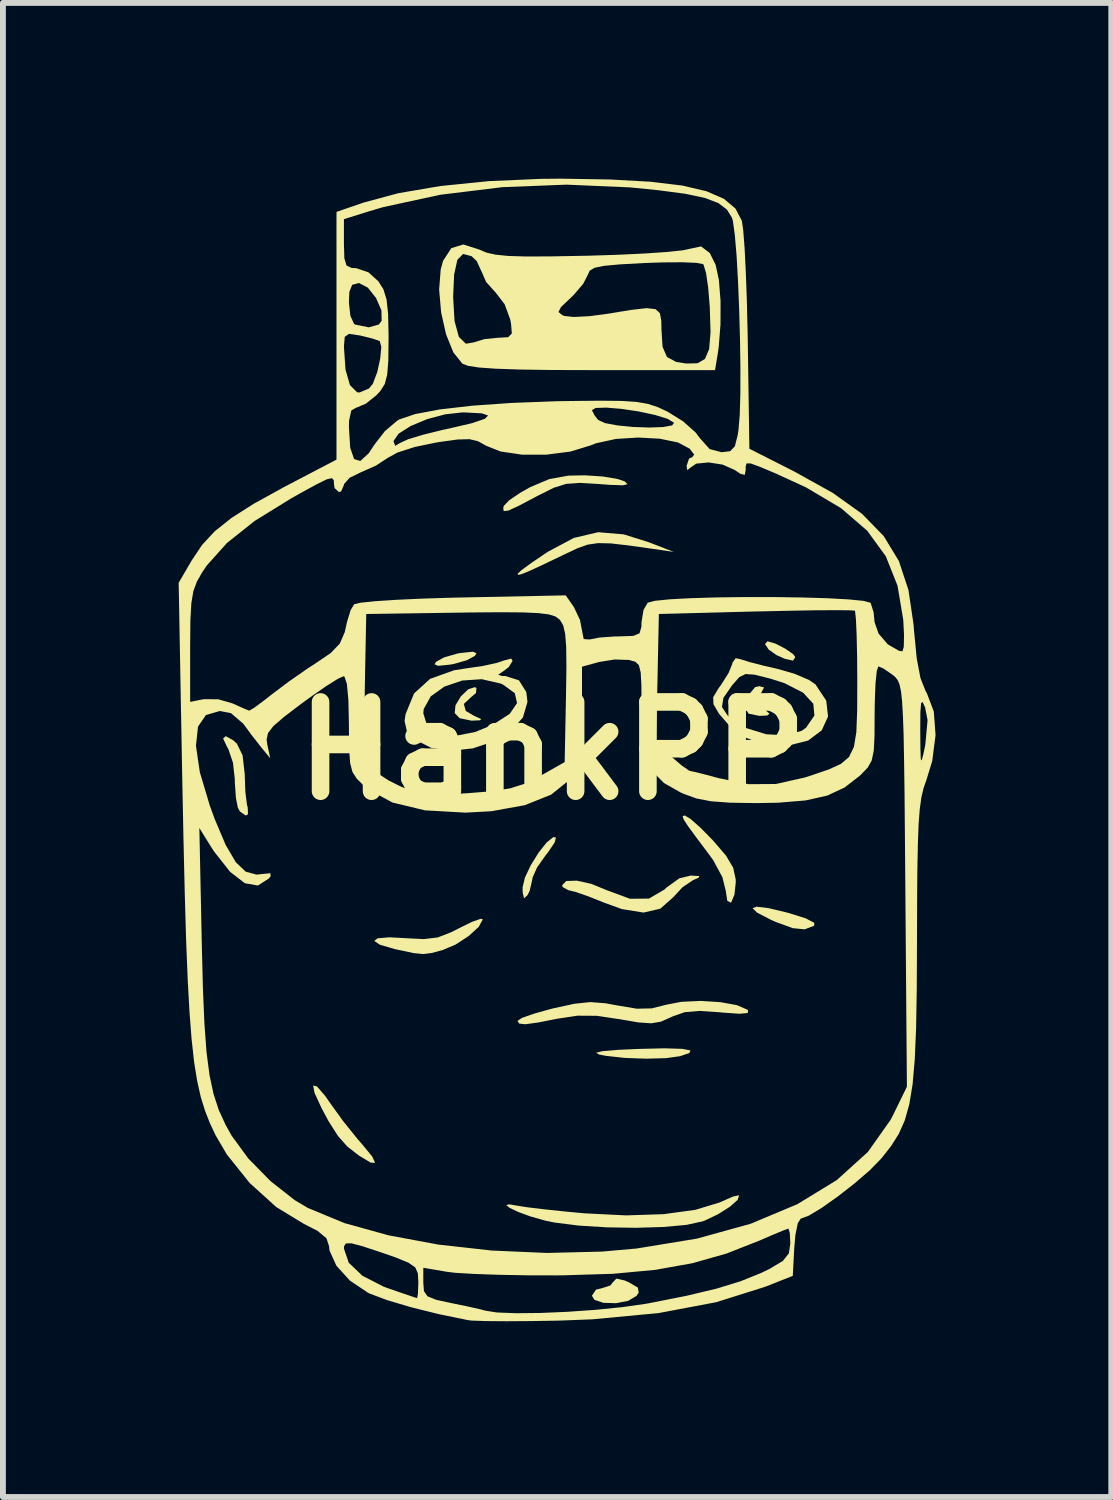
<source format=kicad_pcb>
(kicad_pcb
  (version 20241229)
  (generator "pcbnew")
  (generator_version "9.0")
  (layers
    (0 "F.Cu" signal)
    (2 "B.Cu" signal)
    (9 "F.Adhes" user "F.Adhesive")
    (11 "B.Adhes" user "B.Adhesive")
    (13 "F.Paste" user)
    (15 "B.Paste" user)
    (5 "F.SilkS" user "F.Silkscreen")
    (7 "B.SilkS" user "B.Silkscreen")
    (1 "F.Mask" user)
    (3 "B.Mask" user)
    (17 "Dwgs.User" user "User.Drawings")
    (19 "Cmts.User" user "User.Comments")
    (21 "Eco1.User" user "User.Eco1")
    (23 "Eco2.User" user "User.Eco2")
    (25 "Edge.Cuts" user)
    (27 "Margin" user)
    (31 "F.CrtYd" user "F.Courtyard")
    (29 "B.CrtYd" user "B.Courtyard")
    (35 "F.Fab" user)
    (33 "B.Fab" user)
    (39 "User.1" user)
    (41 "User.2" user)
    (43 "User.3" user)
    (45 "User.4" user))
  (footprint "HankPP"
    (layer "F.Cu")
    (at 6.377 9.767)
    (property "Reference" "HankPP" (at 0 0 0) (layer "F.SilkS") (effects (font (size 1.524 1.524) (thickness 0.3))))
    (attr board_only exclude_from_pos_files exclude_from_bom)
    (fp_poly (pts (xy 3.809 -1.831) (xy 3.978 -1.744) (xy 4.113 -1.65) (xy 4.149 -1.6) (xy 4.109 -1.54) (xy 3.972 -1.57) (xy 3.831 -1.633) (xy 3.696 -1.727) (xy 3.632 -1.822) (xy 3.672 -1.869) (xy 3.679 -1.869)) (stroke (width 0) (type solid)) (fill yes) (layer "F.SilkS"))
    (fp_poly (pts (xy -1.293 -1.666) (xy -1.32 -1.622) (xy -1.459 -1.546) (xy -1.686 -1.482) (xy -1.743 -1.472) (xy -1.948 -1.451) (xy -2.009 -1.477) (xy -1.982 -1.521) (xy -1.843 -1.597) (xy -1.616 -1.661) (xy -1.559 -1.671) (xy -1.354 -1.692)) (stroke (width 0) (type solid)) (fill yes) (layer "F.SilkS"))
    (fp_poly (pts (xy 3.696 2.686) (xy 4.022 2.764) (xy 4.328 2.86) (xy 4.474 2.937) (xy 4.47 2.986) (xy 4.309 3.047) (xy 4.106 3.027) (xy 3.817 2.922) (xy 3.734 2.885) (xy 3.498 2.763) (xy 3.419 2.687) (xy 3.487 2.66)) (stroke (width 0) (type solid)) (fill yes) (layer "F.SilkS"))
    (fp_poly (pts (xy 2.216 5.087) (xy 2.359 5.114) (xy 2.341 5.158) (xy 2.18 5.213) (xy 1.941 5.246) (xy 1.604 5.255) (xy 1.24 5.242) (xy 0.919 5.207) (xy 0.804 5.185) (xy 0.748 5.154) (xy 0.855 5.127) (xy 1.126 5.104) (xy 1.461 5.089) (xy 1.915 5.078)) (stroke (width 0) (type solid)) (fill yes) (layer "F.SilkS"))
    (fp_poly (pts (xy 3.616 -1.082) (xy 3.566 -0.989) (xy 3.554 -0.974) (xy 3.496 -0.856) (xy 3.574 -0.748) (xy 3.607 -0.722) (xy 3.708 -0.635) (xy 3.67 -0.603) (xy 3.535 -0.597) (xy 3.352 -0.634) (xy 3.302 -0.715) (xy 3.347 -0.949) (xy 3.463 -1.087) (xy 3.533 -1.104)) (stroke (width 0) (type solid)) (fill yes) (layer "F.SilkS"))
    (fp_poly (pts (xy -1.294 -1.072) (xy -1.302 -0.986) (xy -1.377 -0.924) (xy -1.51 -0.8) (xy -1.475 -0.68) (xy -1.333 -0.597) (xy -1.211 -0.542) (xy -1.238 -0.521) (xy -1.378 -0.515) (xy -1.581 -0.557) (xy -1.665 -0.644) (xy -1.652 -0.777) (xy -1.56 -0.93) (xy -1.434 -1.051) (xy -1.321 -1.087)) (stroke (width 0) (type solid)) (fill yes) (layer "F.SilkS"))
    (fp_poly (pts (xy 1.233 9.04) (xy 1.307 9.072) (xy 1.461 9.162) (xy 1.476 9.248) (xy 1.438 9.304) (xy 1.295 9.389) (xy 1.088 9.429) (xy 0.876 9.423) (xy 0.721 9.372) (xy 0.677 9.302) (xy 0.747 9.197) (xy 0.84 9.175) (xy 0.991 9.127) (xy 1.037 9.069) (xy 1.096 9.009)) (stroke (width 0) (type solid)) (fill yes) (layer "F.SilkS"))
    (fp_poly (pts (xy -4.017 5.729) (xy -3.878 5.888) (xy -3.775 6.036) (xy -3.573 6.316) (xy -3.334 6.614) (xy -3.246 6.715) (xy -3.072 6.927) (xy -3.024 7.033) (xy -3.098 7.03) (xy -3.295 6.912) (xy -3.304 6.906) (xy -3.5 6.753) (xy -3.658 6.574) (xy -3.819 6.321) (xy -3.94 6.095) (xy -4.059 5.836) (xy -4.081 5.713)) (stroke (width 0) (type solid)) (fill yes) (layer "F.SilkS"))
    (fp_poly (pts (xy 0.063 1.479) (xy 0.041 1.564) (xy -0.066 1.724) (xy -0.116 1.787) (xy -0.259 1.99) (xy -0.336 2.163) (xy -0.34 2.194) (xy -0.386 2.391) (xy -0.423 2.464) (xy -0.481 2.517) (xy -0.504 2.424) (xy -0.507 2.334) (xy -0.467 2.165) (xy -0.366 1.952) (xy -0.232 1.736) (xy -0.094 1.562) (xy 0.018 1.473)) (stroke (width 0) (type solid)) (fill yes) (layer "F.SilkS"))
    (fp_poly (pts (xy -5.446 -0.18) (xy -5.382 -0.121) (xy -5.286 0.077) (xy -5.249 0.401) (xy -5.249 0.424) (xy -5.239 0.696) (xy -5.213 0.911) (xy -5.198 0.97) (xy -5.194 1.083) (xy -5.231 1.104) (xy -5.331 1.036) (xy -5.367 0.97) (xy -5.4 0.802) (xy -5.418 0.552) (xy -5.419 0.479) (xy -5.45 0.204) (xy -5.528 -0.028) (xy -5.55 -0.066) (xy -5.618 -0.21) (xy -5.574 -0.251)) (stroke (width 0) (type solid)) (fill yes) (layer "F.SilkS"))
    (fp_poly (pts (xy -1.185 2.876) (xy -1.255 3.005) (xy -1.428 3.163) (xy -1.654 3.309) (xy -1.87 3.4) (xy -2.058 3.451) (xy -2.203 3.469) (xy -2.368 3.452) (xy -2.619 3.399) (xy -2.688 3.384) (xy -2.943 3.31) (xy -3.038 3.245) (xy -2.98 3.2) (xy -2.777 3.183) (xy -2.519 3.197) (xy -2.193 3.214) (xy -1.954 3.185) (xy -1.722 3.095) (xy -1.587 3.026) (xy -1.367 2.918) (xy -1.221 2.867)) (stroke (width 0) (type solid)) (fill yes) (layer "F.SilkS"))
    (fp_poly (pts (xy 2.36 1.162) (xy 2.532 1.314) (xy 2.74 1.525) (xy 2.967 1.79) (xy 3.089 1.996) (xy 3.131 2.192) (xy 3.133 2.243) (xy 3.11 2.455) (xy 3.056 2.584) (xy 3.048 2.591) (xy 2.987 2.559) (xy 2.963 2.396) (xy 2.905 2.158) (xy 2.75 1.871) (xy 2.688 1.784) (xy 2.457 1.476) (xy 2.313 1.279) (xy 2.241 1.167) (xy 2.226 1.117) (xy 2.253 1.105) (xy 2.264 1.104)) (stroke (width 0) (type solid)) (fill yes) (layer "F.SilkS"))
    (fp_poly (pts (xy 1.221 -3.695) (xy 1.651 -3.56) (xy 2.074 -3.396) (xy 1.736 -3.445) (xy 1.304 -3.506) (xy 1 -3.541) (xy 0.781 -3.546) (xy 0.606 -3.52) (xy 0.435 -3.46) (xy 0.227 -3.362) (xy 0.199 -3.349) (xy -0.158 -3.178) (xy -0.389 -3.071) (xy -0.521 -3.017) (xy -0.58 -3.004) (xy -0.593 -3.02) (xy -0.527 -3.083) (xy -0.353 -3.21) (xy -0.108 -3.376) (xy -0.072 -3.4) (xy 0.37 -3.635) (xy 0.784 -3.732)) (stroke (width 0) (type solid)) (fill yes) (layer "F.SilkS"))
    (fp_poly (pts (xy 0.864 -4.683) (xy 1.118 -4.64) (xy 1.239 -4.598) (xy 1.285 -4.552) (xy 1.208 -4.533) (xy 0.99 -4.54) (xy 0.804 -4.554) (xy 0.474 -4.574) (xy 0.238 -4.557) (xy 0.024 -4.49) (xy -0.242 -4.357) (xy -0.274 -4.34) (xy -0.571 -4.183) (xy -0.748 -4.102) (xy -0.828 -4.092) (xy -0.837 -4.145) (xy -0.826 -4.182) (xy -0.736 -4.277) (xy -0.542 -4.408) (xy -0.377 -4.501) (xy -0.05 -4.639) (xy 0.277 -4.698) (xy 0.559 -4.703)) (stroke (width 0) (type solid)) (fill yes) (layer "F.SilkS"))
    (fp_poly (pts (xy 2.51 2.138) (xy 2.497 2.167) (xy 2.404 2.207) (xy 2.225 2.327) (xy 2.066 2.498) (xy 1.846 2.694) (xy 1.559 2.761) (xy 1.188 2.701) (xy 0.889 2.593) (xy 0.61 2.482) (xy 0.386 2.405) (xy 0.275 2.379) (xy 0.177 2.325) (xy 0.169 2.294) (xy 0.239 2.222) (xy 0.419 2.216) (xy 0.665 2.27) (xy 0.931 2.379) (xy 1.326 2.525) (xy 1.651 2.522) (xy 1.916 2.367) (xy 1.947 2.336) (xy 2.168 2.177) (xy 2.364 2.129)) (stroke (width 0) (type solid)) (fill yes) (layer "F.SilkS"))
    (fp_poly (pts (xy 3.189 7.589) (xy 3.165 7.665) (xy 3.031 7.783) (xy 2.829 7.911) (xy 2.603 8.019) (xy 2.567 8.032) (xy 2.292 8.092) (xy 1.897 8.128) (xy 1.427 8.142) (xy 0.93 8.134) (xy 0.452 8.104) (xy 0.039 8.052) (xy -0.125 8.018) (xy -0.369 7.949) (xy -0.577 7.873) (xy -0.725 7.803) (xy -0.786 7.755) (xy -0.735 7.741) (xy -0.593 7.765) (xy -0.423 7.792) (xy -0.13 7.827) (xy 0.242 7.866) (xy 0.555 7.895) (xy 1.262 7.93) (xy 1.901 7.909) (xy 2.443 7.835) (xy 2.856 7.71) (xy 2.909 7.686) (xy 3.087 7.608) (xy 3.186 7.587)) (stroke (width 0) (type solid)) (fill yes) (layer "F.SilkS"))
    (fp_poly (pts (xy 2.869 4.29) (xy 3.153 4.341) (xy 3.332 4.419) (xy 3.343 4.43) (xy 3.337 4.476) (xy 3.193 4.488) (xy 2.896 4.467) (xy 2.865 4.463) (xy 2.512 4.44) (xy 2.262 4.461) (xy 2.056 4.533) (xy 2.023 4.549) (xy 1.855 4.623) (xy 1.69 4.651) (xy 1.471 4.636) (xy 1.161 4.583) (xy 0.761 4.523) (xy 0.431 4.521) (xy 0.092 4.572) (xy -0.251 4.639) (xy -0.46 4.667) (xy -0.564 4.656) (xy -0.593 4.61) (xy -0.593 4.609) (xy -0.517 4.559) (xy -0.316 4.488) (xy -0.031 4.408) (xy 0.021 4.395) (xy 0.38 4.317) (xy 0.651 4.289) (xy 0.909 4.309) (xy 1.115 4.347) (xy 1.445 4.402) (xy 1.699 4.396) (xy 1.936 4.336) (xy 2.205 4.284) (xy 2.534 4.269)) (stroke (width 0) (type solid)) (fill yes) (layer "F.SilkS"))
    (fp_poly (pts (xy -0.677 -1.536) (xy -0.742 -1.43) (xy -0.826 -1.366) (xy -0.922 -1.299) (xy -0.861 -1.278) (xy -0.8 -1.277) (xy -0.569 -1.204) (xy -0.443 -1.004) (xy -0.423 -0.836) (xy -0.501 -0.569) (xy -0.708 -0.339) (xy -1.006 -0.159) (xy -1.357 -0.042) (xy -1.724 -0.002) (xy -2.067 -0.051) (xy -2.325 -0.182) (xy -2.483 -0.341) (xy -2.521 -0.509) (xy -2.504 -0.625) (xy -2.498 -0.641) (xy -2.201 -0.641) (xy -2.133 -0.419) (xy -1.946 -0.288) (xy -1.665 -0.254) (xy -1.317 -0.321) (xy -1.013 -0.446) (xy -0.726 -0.632) (xy -0.601 -0.814) (xy -0.639 -0.984) (xy -0.84 -1.131) (xy -0.882 -1.149) (xy -1.204 -1.223) (xy -1.537 -1.2) (xy -1.841 -1.097) (xy -2.074 -0.93) (xy -2.194 -0.714) (xy -2.201 -0.641) (xy -2.498 -0.641) (xy -2.359 -0.98) (xy -2.085 -1.229) (xy -1.677 -1.375) (xy -1.494 -1.404) (xy -1.192 -1.448) (xy -0.943 -1.502) (xy -0.826 -1.542) (xy -0.701 -1.575)) (stroke (width 0) (type solid)) (fill yes) (layer "F.SilkS"))
    (fp_poly (pts (xy 3.21 -1.565) (xy 3.363 -1.517) (xy 3.618 -1.451) (xy 3.842 -1.4) (xy 4.138 -1.315) (xy 4.384 -1.209) (xy 4.493 -1.134) (xy 4.677 -0.857) (xy 4.708 -0.586) (xy 4.6 -0.35) (xy 4.369 -0.176) (xy 4.03 -0.09) (xy 3.92 -0.085) (xy 3.551 -0.129) (xy 3.256 -0.243) (xy 3.027 -0.425) (xy 2.845 -0.635) (xy 2.78 -0.748) (xy 2.897 -0.748) (xy 2.994 -0.603) (xy 3.029 -0.57) (xy 3.315 -0.387) (xy 3.652 -0.283) (xy 3.984 -0.266) (xy 4.258 -0.342) (xy 4.332 -0.395) (xy 4.475 -0.602) (xy 4.456 -0.804) (xy 4.283 -0.992) (xy 3.965 -1.155) (xy 3.714 -1.235) (xy 3.453 -1.3) (xy 3.299 -1.311) (xy 3.194 -1.259) (xy 3.082 -1.133) (xy 3.073 -1.123) (xy 2.922 -0.905) (xy 2.897 -0.748) (xy 2.78 -0.748) (xy 2.752 -0.796) (xy 2.747 -0.915) (xy 2.838 -1.067) (xy 2.884 -1.13) (xy 3.01 -1.329) (xy 3.074 -1.486) (xy 3.076 -1.506) (xy 3.132 -1.581)) (stroke (width 0) (type solid)) (fill yes) (layer "F.SilkS"))
    (fp_poly (pts (xy -1.24 -8.555) (xy -1.238 -8.554) (xy -1.12 -8.504) (xy -0.968 -8.47) (xy -0.755 -8.448) (xy -0.456 -8.439) (xy -0.044 -8.44) (xy 0.507 -8.45) (xy 0.614 -8.452) (xy 1.124 -8.468) (xy 1.583 -8.49) (xy 1.961 -8.516) (xy 2.228 -8.544) (xy 2.354 -8.571) (xy 2.54 -8.611) (xy 2.689 -8.498) (xy 2.789 -8.297) (xy 2.844 -8.042) (xy 2.873 -7.681) (xy 2.872 -7.276) (xy 2.841 -6.889) (xy 2.828 -6.796) (xy 2.779 -6.499) (xy 0.701 -6.499) (xy -0.003 -6.501) (xy -0.553 -6.509) (xy -0.965 -6.523) (xy -1.256 -6.544) (xy -1.441 -6.573) (xy -1.533 -6.608) (xy -1.688 -6.801) (xy -1.813 -7.111) (xy -1.897 -7.485) (xy -1.92 -7.751) (xy -1.692 -7.751) (xy -1.668 -7.336) (xy -1.594 -7.066) (xy -1.474 -6.949) (xy -1.344 -6.972) (xy -1.154 -7.029) (xy -0.927 -7.051) (xy -0.753 -7.061) (xy -0.69 -7.124) (xy -0.703 -7.289) (xy -0.717 -7.362) (xy -0.764 -7.492) (xy 0.106 -7.492) (xy 0.167 -7.44) (xy 0.205 -7.424) (xy 0.369 -7.406) (xy 0.638 -7.42) (xy 0.948 -7.461) (xy 1.348 -7.527) (xy 1.61 -7.557) (xy 1.763 -7.54) (xy 1.838 -7.47) (xy 1.862 -7.338) (xy 1.864 -7.199) (xy 1.883 -6.897) (xy 1.958 -6.723) (xy 2.116 -6.638) (xy 2.287 -6.612) (xy 2.48 -6.616) (xy 2.607 -6.69) (xy 2.678 -6.857) (xy 2.702 -7.143) (xy 2.689 -7.571) (xy 2.688 -7.585) (xy 2.662 -7.906) (xy 2.625 -8.159) (xy 2.583 -8.298) (xy 2.575 -8.308) (xy 2.463 -8.33) (xy 2.221 -8.34) (xy 1.885 -8.338) (xy 1.567 -8.327) (xy 1.155 -8.304) (xy 0.882 -8.279) (xy 0.72 -8.245) (xy 0.638 -8.195) (xy 0.607 -8.126) (xy 0.528 -7.972) (xy 0.366 -7.782) (xy 0.31 -7.728) (xy 0.149 -7.575) (xy 0.106 -7.492) (xy -0.764 -7.492) (xy -0.812 -7.622) (xy -0.966 -7.824) (xy -0.974 -7.831) (xy -1.13 -8.005) (xy -1.201 -8.169) (xy -1.29 -8.361) (xy -1.378 -8.444) (xy -1.522 -8.482) (xy -1.62 -8.381) (xy -1.675 -8.131) (xy -1.692 -7.751) (xy -1.92 -7.751) (xy -1.931 -7.872) (xy -1.904 -8.219) (xy -1.864 -8.364) (xy -1.723 -8.581) (xy -1.518 -8.644)) (stroke (width 0) (type solid)) (fill yes) (layer "F.SilkS"))
    (fp_poly (pts (xy 0.988 -9.753) (xy 1.673 -9.715) (xy 2.217 -9.65) (xy 2.632 -9.553) (xy 2.931 -9.423) (xy 3.128 -9.256) (xy 3.236 -9.049) (xy 3.237 -9.046) (xy 3.26 -8.887) (xy 3.283 -8.587) (xy 3.304 -8.176) (xy 3.322 -7.684) (xy 3.335 -7.139) (xy 3.338 -6.975) (xy 3.365 -5.157) (xy 4.136 -4.766) (xy 4.787 -4.404) (xy 5.288 -4.046) (xy 5.659 -3.665) (xy 5.917 -3.24) (xy 6.081 -2.744) (xy 6.168 -2.154) (xy 6.176 -2.048) (xy 6.222 -1.576) (xy 6.285 -1.244) (xy 6.374 -1.019) (xy 6.394 -0.985) (xy 6.513 -0.673) (xy 6.543 -0.268) (xy 6.486 0.175) (xy 6.383 0.51) (xy 6.337 0.641) (xy 6.301 0.794) (xy 6.274 0.99) (xy 6.254 1.25) (xy 6.241 1.596) (xy 6.232 2.05) (xy 6.228 2.633) (xy 6.226 3.271) (xy 6.222 4.079) (xy 6.211 4.738) (xy 6.188 5.269) (xy 6.151 5.694) (xy 6.095 6.033) (xy 6.018 6.308) (xy 5.915 6.539) (xy 5.784 6.747) (xy 5.621 6.954) (xy 5.61 6.966) (xy 5.419 7.161) (xy 5.161 7.384) (xy 4.876 7.606) (xy 4.602 7.8) (xy 4.377 7.936) (xy 4.242 7.985) (xy 4.192 8.062) (xy 4.151 8.262) (xy 4.132 8.474) (xy 4.106 8.962) (xy 3.64 9.147) (xy 2.799 9.412) (xy 1.813 9.598) (xy 0.685 9.704) (xy 0.127 9.726) (xy -0.351 9.734) (xy -0.783 9.737) (xy -1.134 9.734) (xy -1.37 9.726) (xy -1.439 9.718) (xy -1.935 9.616) (xy -2.41 9.498) (xy -2.817 9.377) (xy -3.111 9.267) (xy -3.146 9.25) (xy -3.454 9.043) (xy -3.685 8.789) (xy -3.802 8.53) (xy -3.806 8.496) (xy -3.556 8.496) (xy -3.474 8.738) (xy -3.24 8.961) (xy -2.871 9.15) (xy -2.792 9.178) (xy -2.539 9.265) (xy -2.362 9.325) (xy -2.307 9.342) (xy -2.293 9.269) (xy -2.286 9.088) (xy -2.286 9.078) (xy -2.201 9.078) (xy -2.19 9.223) (xy -2.13 9.311) (xy -1.981 9.371) (xy -1.714 9.429) (xy -1.437 9.486) (xy -1.225 9.534) (xy -1.143 9.556) (xy -0.949 9.587) (xy -0.625 9.6) (xy -0.21 9.596) (xy 0.257 9.576) (xy 0.739 9.542) (xy 1.196 9.496) (xy 1.591 9.44) (xy 1.637 9.432) (xy 2.285 9.304) (xy 2.798 9.182) (xy 3.213 9.055) (xy 3.563 8.914) (xy 3.712 8.842) (xy 3.936 8.708) (xy 4.039 8.578) (xy 4.064 8.408) (xy 4.055 8.23) (xy 4.032 8.155) (xy 4.032 8.155) (xy 3.944 8.187) (xy 3.748 8.269) (xy 3.545 8.357) (xy 2.973 8.582) (xy 2.39 8.747) (xy 1.757 8.86) (xy 1.038 8.927) (xy 0.195 8.953) (xy 0.085 8.954) (xy -0.432 8.953) (xy -0.92 8.944) (xy -1.342 8.929) (xy -1.658 8.91) (xy -1.799 8.893) (xy -2.201 8.824) (xy -2.201 9.078) (xy -2.286 9.078) (xy -2.286 9.062) (xy -2.294 8.918) (xy -2.338 8.819) (xy -2.453 8.738) (xy -2.67 8.649) (xy -2.921 8.562) (xy -3.238 8.457) (xy -3.427 8.407) (xy -3.522 8.408) (xy -3.554 8.457) (xy -3.556 8.496) (xy -3.806 8.496) (xy -3.81 8.456) (xy -3.854 8.321) (xy -4.005 8.195) (xy -4.236 8.077) (xy -4.711 7.788) (xy -5.165 7.377) (xy -5.554 6.891) (xy -5.745 6.566) (xy -5.843 6.358) (xy -5.927 6.144) (xy -6 5.908) (xy -6.061 5.637) (xy -6.113 5.315) (xy -6.156 4.928) (xy -6.192 4.462) (xy -6.223 3.902) (xy -6.25 3.232) (xy -6.273 2.44) (xy -6.295 1.509) (xy -6.317 0.426) (xy -6.321 0.201) (xy -6.326 -0.086) (xy -6.082 -0.086) (xy -6.016 0.364) (xy -5.847 0.931) (xy -5.761 1.167) (xy -5.574 1.608) (xy -5.402 1.901) (xy -5.232 2.063) (xy -5.047 2.113) (xy -4.955 2.103) (xy -4.812 2.089) (xy -4.807 2.139) (xy -4.836 2.178) (xy -5.024 2.299) (xy -5.247 2.26) (xy -5.499 2.066) (xy -5.772 1.719) (xy -5.84 1.614) (xy -6.024 1.317) (xy -5.982 3.313) (xy -5.963 4.062) (xy -5.937 4.666) (xy -5.901 5.15) (xy -5.85 5.539) (xy -5.782 5.858) (xy -5.692 6.132) (xy -5.576 6.385) (xy -5.474 6.568) (xy -5.189 6.958) (xy -4.808 7.346) (xy -4.396 7.67) (xy -4.172 7.803) (xy -3.549 8.061) (xy -2.796 8.27) (xy -1.946 8.428) (xy -1.033 8.53) (xy -0.091 8.571) (xy 0.846 8.548) (xy 1.443 8.495) (xy 2.468 8.327) (xy 3.386 8.073) (xy 4.185 7.738) (xy 4.856 7.328) (xy 5.389 6.846) (xy 5.775 6.3) (xy 5.817 6.219) (xy 6.054 5.734) (xy 6.027 2.294) (xy 6.02 1.439) (xy 6.014 0.739) (xy 6.006 0.176) (xy 5.998 -0.265) (xy 5.995 -0.356) (xy 6.282 -0.356) (xy 6.282 -0.34) (xy 6.285 -0.02) (xy 6.291 0.143) (xy 6.307 0.163) (xy 6.336 0.053) (xy 6.368 -0.102) (xy 6.407 -0.524) (xy 6.365 -0.739) (xy 6.322 -0.834) (xy 6.296 -0.814) (xy 6.284 -0.66) (xy 6.282 -0.356) (xy 5.995 -0.356) (xy 5.986 -0.6) (xy 5.972 -0.846) (xy 5.953 -1.018) (xy 5.928 -1.134) (xy 5.897 -1.207) (xy 5.859 -1.256) (xy 5.815 -1.294) (xy 5.658 -1.402) (xy 5.567 -1.442) (xy 5.54 -1.364) (xy 5.518 -1.153) (xy 5.506 -0.845) (xy 5.503 -0.629) (xy 5.501 -0.249) (xy 5.488 0.001) (xy 5.453 0.165) (xy 5.387 0.283) (xy 5.279 0.397) (xy 5.246 0.428) (xy 4.99 0.626) (xy 4.697 0.763) (xy 4.329 0.846) (xy 3.854 0.886) (xy 3.471 0.892) (xy 3.03 0.885) (xy 2.709 0.861) (xy 2.462 0.813) (xy 2.241 0.733) (xy 2.186 0.708) (xy 1.907 0.549) (xy 1.716 0.356) (xy 1.598 0.093) (xy 1.561 -0.14) (xy 1.773 -0.14) (xy 2.035 0.1) (xy 2.21 0.25) (xy 2.334 0.336) (xy 2.355 0.344) (xy 2.464 0.367) (xy 2.678 0.422) (xy 2.836 0.465) (xy 3.349 0.569) (xy 3.816 0.566) (xy 4.316 0.454) (xy 4.427 0.418) (xy 4.719 0.318) (xy 4.928 0.223) (xy 5.066 0.105) (xy 5.149 -0.066) (xy 5.191 -0.319) (xy 5.205 -0.683) (xy 5.207 -1.186) (xy 5.204 -1.614) (xy 5.196 -1.977) (xy 5.184 -2.243) (xy 5.17 -2.381) (xy 5.165 -2.393) (xy 5.071 -2.399) (xy 4.834 -2.401) (xy 4.481 -2.399) (xy 4.039 -2.391) (xy 3.534 -2.38) (xy 3.471 -2.379) (xy 1.82 -2.336) (xy 1.797 -1.238) (xy 1.773 -0.14) (xy 1.561 -0.14) (xy 1.54 -0.271) (xy 1.524 -0.75) (xy 1.522 -1.111) (xy 1.51 -1.337) (xy 1.479 -1.462) (xy 1.418 -1.521) (xy 1.318 -1.549) (xy 1.302 -1.552) (xy 1.062 -1.559) (xy 0.795 -1.516) (xy 0.794 -1.515) (xy 0.508 -1.436) (xy 0.508 -0.597) (xy 0.505 -0.204) (xy 0.489 0.06) (xy 0.453 0.239) (xy 0.387 0.374) (xy 0.294 0.497) (xy -0.019 0.748) (xy -0.47 0.928) (xy -1.04 1.031) (xy -1.482 1.055) (xy -2.171 1.016) (xy -2.726 0.883) (xy -3.143 0.658) (xy -3.221 0.591) (xy -3.337 0.475) (xy -3.41 0.362) (xy -3.45 0.21) (xy -3.467 -0.02) (xy -3.471 -0.371) (xy -3.471 -0.459) (xy -3.474 -0.591) (xy -3.206 -0.591) (xy -3.197 -0.208) (xy -3.161 0.063) (xy -3.088 0.254) (xy -2.968 0.392) (xy -2.789 0.508) (xy -2.582 0.611) (xy -2.391 0.688) (xy -2.19 0.731) (xy -1.931 0.744) (xy -1.565 0.73) (xy -1.441 0.723) (xy -1.022 0.689) (xy -0.717 0.64) (xy -0.471 0.562) (xy -0.229 0.442) (xy -0.213 0.433) (xy 0.212 0.192) (xy 0.235 -0.957) (xy 0.242 -1.436) (xy 0.238 -1.773) (xy 0.22 -1.999) (xy 0.187 -2.142) (xy 0.134 -2.231) (xy 0.121 -2.245) (xy 0.053 -2.294) (xy -0.058 -2.329) (xy -0.233 -2.351) (xy -0.498 -2.363) (xy -0.877 -2.366) (xy -1.393 -2.362) (xy -1.595 -2.359) (xy -3.175 -2.336) (xy -3.199 -1.114) (xy -3.206 -0.591) (xy -3.474 -0.591) (xy -3.48 -0.869) (xy -3.506 -1.144) (xy -3.547 -1.268) (xy -3.561 -1.274) (xy -3.664 -1.227) (xy -3.867 -1.099) (xy -4.134 -0.913) (xy -4.281 -0.806) (xy -4.579 -0.579) (xy -4.762 -0.421) (xy -4.853 -0.302) (xy -4.876 -0.193) (xy -4.864 -0.105) (xy -4.814 0.127) (xy -4.968 -0.06) (xy -5.137 -0.276) (xy -5.274 -0.463) (xy -5.485 -0.644) (xy -5.674 -0.68) (xy -5.911 -0.612) (xy -6.047 -0.413) (xy -6.082 -0.086) (xy -6.326 -0.086) (xy -6.34 -0.836) (xy -6.181 -0.836) (xy -5.948 -0.882) (xy -5.702 -0.88) (xy -5.461 -0.811) (xy -5.278 -0.729) (xy -5.176 -0.687) (xy -5.173 -0.686) (xy -5.094 -0.731) (xy -4.928 -0.853) (xy -4.792 -0.96) (xy -4.502 -1.179) (xy -4.174 -1.407) (xy -4.044 -1.491) (xy -3.781 -1.67) (xy -3.627 -1.83) (xy -3.542 -2.026) (xy -3.501 -2.209) (xy -3.441 -2.403) (xy -3.382 -2.502) (xy -3.276 -2.528) (xy -3.028 -2.554) (xy -2.663 -2.578) (xy -2.208 -2.599) (xy -1.689 -2.615) (xy -1.536 -2.618) (xy 0.23 -2.654) (xy 0.369 -2.455) (xy 0.474 -2.233) (xy 0.508 -2.053) (xy 0.537 -1.908) (xy 0.639 -1.901) (xy 0.642 -1.902) (xy 0.807 -1.934) (xy 1.058 -1.952) (xy 1.15 -1.954) (xy 1.382 -1.962) (xy 1.49 -2.006) (xy 1.522 -2.117) (xy 1.524 -2.198) (xy 1.558 -2.406) (xy 1.63 -2.529) (xy 1.751 -2.561) (xy 2.008 -2.587) (xy 2.37 -2.606) (xy 2.806 -2.619) (xy 3.288 -2.625) (xy 3.784 -2.625) (xy 4.265 -2.618) (xy 4.701 -2.605) (xy 5.06 -2.585) (xy 5.314 -2.56) (xy 5.432 -2.528) (xy 5.435 -2.524) (xy 5.486 -2.364) (xy 5.502 -2.197) (xy 5.57 -2.002) (xy 5.729 -1.817) (xy 5.918 -1.708) (xy 5.978 -1.699) (xy 6.001 -1.776) (xy 6.005 -1.977) (xy 5.992 -2.235) (xy 5.894 -2.819) (xy 5.694 -3.321) (xy 5.377 -3.757) (xy 4.929 -4.143) (xy 4.336 -4.495) (xy 3.817 -4.734) (xy 3.541 -4.85) (xy 3.386 -4.906) (xy 3.318 -4.907) (xy 3.302 -4.857) (xy 3.302 -4.795) (xy 3.287 -4.71) (xy 3.211 -4.73) (xy 3.114 -4.795) (xy 2.908 -4.886) (xy 2.669 -4.923) (xy 2.459 -4.903) (xy 2.343 -4.824) (xy 2.342 -4.821) (xy 2.305 -4.791) (xy 2.293 -4.863) (xy 2.335 -4.989) (xy 2.389 -5.012) (xy 2.423 -5.057) (xy 2.346 -5.158) (xy 2.147 -5.264) (xy 1.836 -5.328) (xy 1.465 -5.348) (xy 1.087 -5.324) (xy 0.754 -5.252) (xy 0.652 -5.213) (xy 0.309 -5.108) (xy -0.1 -5.056) (xy -0.516 -5.056) (xy -0.883 -5.11) (xy -1.131 -5.209) (xy -1.269 -5.286) (xy -1.412 -5.32) (xy -1.612 -5.315) (xy -1.919 -5.273) (xy -1.995 -5.26) (xy -2.35 -5.186) (xy -2.639 -5.093) (xy -2.803 -5.004) (xy -3.011 -4.868) (xy -3.264 -4.756) (xy -3.268 -4.754) (xy -3.459 -4.661) (xy -3.554 -4.554) (xy -3.556 -4.538) (xy -3.604 -4.429) (xy -3.641 -4.417) (xy -3.716 -4.486) (xy -3.725 -4.545) (xy -3.73 -4.622) (xy -3.762 -4.655) (xy -3.849 -4.635) (xy -4.018 -4.552) (xy -4.296 -4.4) (xy -4.454 -4.311) (xy -5.079 -3.925) (xy -5.554 -3.547) (xy -5.897 -3.164) (xy -5.976 -3.047) (xy -6.067 -2.887) (xy -6.127 -2.724) (xy -6.161 -2.519) (xy -6.177 -2.229) (xy -6.181 -1.814) (xy -6.181 -1.779) (xy -6.181 -0.836) (xy -6.34 -0.836) (xy -6.377 -2.869) (xy -6.15 -3.258) (xy -5.975 -3.518) (xy -5.759 -3.75) (xy -5.475 -3.976) (xy -5.095 -4.218) (xy -4.589 -4.497) (xy -4.496 -4.546) (xy -3.683 -4.971) (xy -3.683 -6.898) (xy -3.556 -6.898) (xy -3.529 -6.506) (xy -3.453 -6.242) (xy -3.332 -6.122) (xy -3.294 -6.116) (xy -3.129 -6.185) (xy -3.063 -6.265) (xy -2.987 -6.466) (xy -2.936 -6.698) (xy -2.918 -6.895) (xy -2.945 -6.995) (xy -3.063 -7.036) (xy -3.267 -7.087) (xy -3.281 -7.09) (xy -3.468 -7.118) (xy -3.542 -7.068) (xy -3.556 -6.902) (xy -3.556 -6.898) (xy -3.683 -6.898) (xy -3.683 -7.653) (xy -3.471 -7.653) (xy -3.446 -7.426) (xy -3.384 -7.289) (xy -3.365 -7.277) (xy -3.133 -7.229) (xy -2.96 -7.278) (xy -2.912 -7.34) (xy -2.916 -7.519) (xy -3.008 -7.73) (xy -3.148 -7.907) (xy -3.298 -7.985) (xy -3.304 -7.985) (xy -3.415 -7.955) (xy -3.463 -7.836) (xy -3.471 -7.653) (xy -3.683 -7.653) (xy -3.683 -8.658) (xy -3.556 -8.658) (xy -3.549 -8.408) (xy -3.512 -8.285) (xy -3.425 -8.243) (xy -3.35 -8.24) (xy -3.139 -8.169) (xy -2.969 -8.016) (xy -2.882 -7.878) (xy -2.829 -7.707) (xy -2.802 -7.461) (xy -2.794 -7.094) (xy -2.794 -7.036) (xy -2.798 -6.665) (xy -2.817 -6.422) (xy -2.859 -6.262) (xy -2.934 -6.143) (xy -3.002 -6.07) (xy -3.179 -5.928) (xy -3.331 -5.862) (xy -3.34 -5.862) (xy -3.431 -5.809) (xy -3.469 -5.631) (xy -3.471 -5.529) (xy -3.449 -5.175) (xy -3.383 -4.981) (xy -3.277 -4.948) (xy -3.133 -5.079) (xy -3.035 -5.228) (xy -2.993 -5.282) (xy -2.709 -5.282) (xy -2.681 -5.207) (xy -2.594 -5.257) (xy -2.462 -5.318) (xy -2.209 -5.395) (xy -1.882 -5.476) (xy -1.744 -5.506) (xy -1.367 -5.594) (xy -1.15 -5.668) (xy -1.095 -5.724) (xy -1.203 -5.761) (xy -1.478 -5.776) (xy -1.536 -5.777) (xy -1.829 -5.744) (xy -2.138 -5.661) (xy -2.418 -5.544) (xy -2.623 -5.414) (xy -2.709 -5.29) (xy -2.709 -5.282) (xy -2.993 -5.282) (xy -2.856 -5.458) (xy -2.645 -5.637) (xy -2.61 -5.657) (xy -2.34 -5.749) (xy -1.985 -5.815) (xy 0.677 -5.815) (xy 0.726 -5.721) (xy 0.783 -5.649) (xy 0.899 -5.595) (xy 1.112 -5.555) (xy 1.378 -5.529) (xy 1.652 -5.519) (xy 1.89 -5.527) (xy 2.046 -5.555) (xy 2.079 -5.6) (xy 1.97 -5.667) (xy 1.754 -5.734) (xy 1.478 -5.793) (xy 1.186 -5.837) (xy 0.925 -5.859) (xy 0.741 -5.853) (xy 0.677 -5.815) (xy -1.985 -5.815) (xy -1.918 -5.828) (xy -1.363 -5.892) (xy -0.693 -5.939) (xy 0.074 -5.968) (xy 0.339 -5.972) (xy 0.829 -5.977) (xy 1.184 -5.973) (xy 1.441 -5.956) (xy 1.635 -5.922) (xy 1.8 -5.868) (xy 1.968 -5.79) (xy 2.232 -5.626) (xy 2.447 -5.435) (xy 2.515 -5.344) (xy 2.687 -5.151) (xy 2.892 -5.097) (xy 3.037 -5.115) (xy 3.117 -5.198) (xy 3.166 -5.392) (xy 3.179 -5.478) (xy 3.2 -5.724) (xy 3.211 -6.086) (xy 3.212 -6.53) (xy 3.205 -7.024) (xy 3.191 -7.532) (xy 3.171 -8.022) (xy 3.146 -8.46) (xy 3.116 -8.811) (xy 3.084 -9.042) (xy 3.068 -9.1) (xy 2.981 -9.24) (xy 2.836 -9.35) (xy 2.609 -9.437) (xy 2.277 -9.508) (xy 1.818 -9.569) (xy 1.328 -9.618) (xy 0.245 -9.665) (xy -0.852 -9.622) (xy -1.913 -9.492) (xy -2.887 -9.281) (xy -3.154 -9.202) (xy -3.556 -9.076) (xy -3.556 -8.658) (xy -3.683 -8.658) (xy -3.683 -9.2) (xy -3.217 -9.36) (xy -2.628 -9.519) (xy -1.906 -9.642) (xy -1.083 -9.725) (xy -0.193 -9.764) (xy 0.148 -9.767)) (stroke (width 0) (type solid)) (fill yes) (layer "F.SilkS")))
  (gr_rect
    (start -3 -3)
    (end 15.92 22.504)
    (stroke (width 0.1) (type default))
    (fill no)
    (layer "Edge.Cuts")))
</source>
